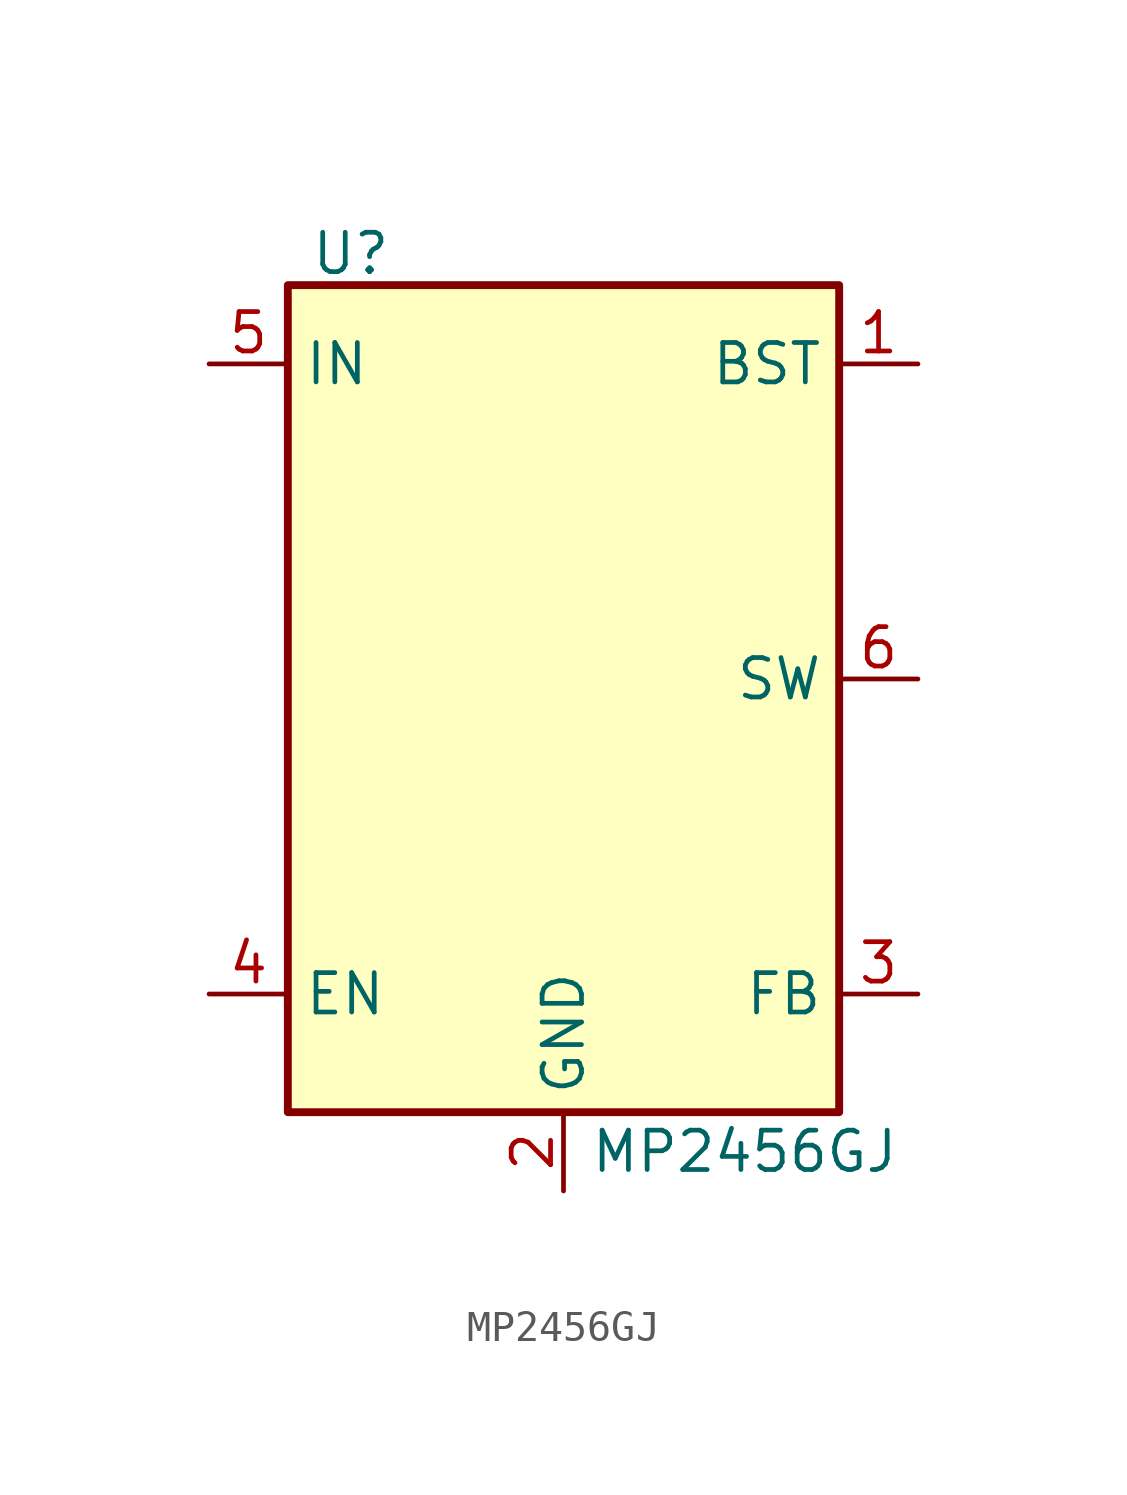
<source format=kicad_sym>
(kicad_symbol_lib
  (version 20231120)
  (generator "kicad_symbol_editor")
  (generator_version "8.0")
  (symbol "MP2456GJ"
    (property "Reference" "U"
      (at -6.858 13.716 0)
      (effects (font (size 1.27 1.27))))
    (property "Value" "MP2456GJ"
      (at 5.842 -15.24 0)
      (effects (font (size 1.27 1.27))))
    (symbol "MP2456GJ_1_1"
      (rectangle (start -8.89 12.7) (end 8.89 -13.97) (stroke (width 0.254) (type default)) (fill (type background)))
      (pin passive line (at 11.43 10.16 180) (length 2.54) (name "BST" (effects (font (size 1.27 1.27)))) (number "1" (effects (font (size 1.27 1.27)))))
      (pin power_in line (at 0 -16.51 90) (length 2.54) (name "GND" (effects (font (size 1.27 1.27)))) (number "2" (effects (font (size 1.27 1.27)))))
      (pin passive line (at 11.43 -10.16 180) (length 2.54) (name "FB" (effects (font (size 1.27 1.27)))) (number "3" (effects (font (size 1.27 1.27)))))
      (pin input line (at -11.43 -10.16 0) (length 2.54) (name "EN" (effects (font (size 1.27 1.27)))) (number "4" (effects (font (size 1.27 1.27)))))
      (pin power_in line (at -11.43 10.16 0) (length 2.54) (name "IN" (effects (font (size 1.27 1.27)))) (number "5" (effects (font (size 1.27 1.27)))))
      (pin power_out line (at 11.43 0 180) (length 2.54) (name "SW" (effects (font (size 1.27 1.27)))) (number "6" (effects (font (size 1.27 1.27))))))))
</source>
